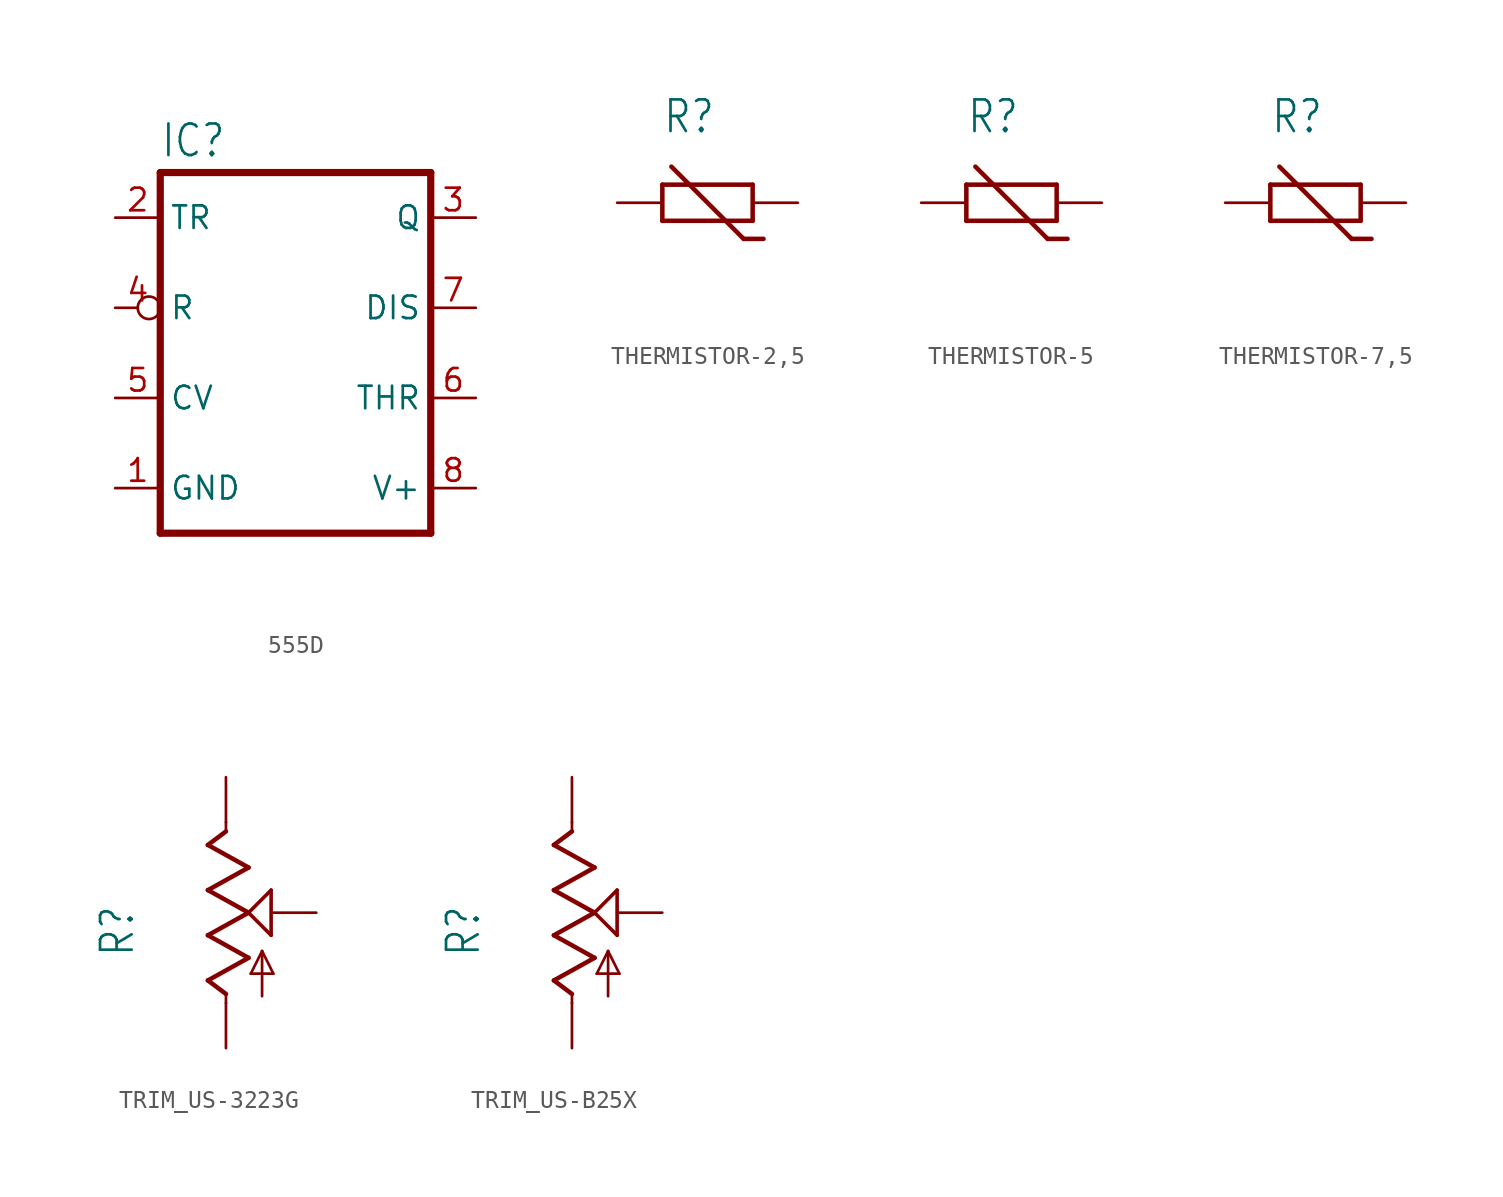
<source format=kicad_sym>
(kicad_symbol_lib
  (version 20231120)
  (generator "kicad_symbol_editor")
  (generator_version "8.0")
  (symbol "555D"
    (property "Reference" "IC"
      (at -7.62 10.922 0)
      (effects (font (size 1.778 1.511)) (justify left bottom)))
    (property "Value" ""
      (at -7.62 -12.827 0)
      (effects (font (size 1.778 1.511)) (justify left bottom)))
    (property "ki_locked" ""
      (at 0 0 0)
      (effects (font (size 1.27 1.27))))
    (symbol "555D_1_0"
      (polyline (pts (xy -7.62 -10.16) (xy 7.62 -10.16)) (stroke (width 0.406) (type solid)) (fill (type none)))
      (polyline (pts (xy -7.62 10.16) (xy -7.62 -10.16)) (stroke (width 0.406) (type solid)) (fill (type none)))
      (polyline (pts (xy 7.62 -10.16) (xy 7.62 10.16)) (stroke (width 0.406) (type solid)) (fill (type none)))
      (polyline (pts (xy 7.62 10.16) (xy -7.62 10.16)) (stroke (width 0.406) (type solid)) (fill (type none)))
      (pin power_in line (at -10.16 -7.62 0) (length 2.54) (name "GND" (effects (font (size 1.27 1.27)))) (number "1" (effects (font (size 1.27 1.27)))))
      (pin input line (at -10.16 7.62 0) (length 2.54) (name "TR" (effects (font (size 1.27 1.27)))) (number "2" (effects (font (size 1.27 1.27)))))
      (pin output line (at 10.16 7.62 180) (length 2.54) (name "Q" (effects (font (size 1.27 1.27)))) (number "3" (effects (font (size 1.27 1.27)))))
      (pin input inverted (at -10.16 2.54 0) (length 2.54) (name "R" (effects (font (size 1.27 1.27)))) (number "4" (effects (font (size 1.27 1.27)))))
      (pin input line (at -10.16 -2.54 0) (length 2.54) (name "CV" (effects (font (size 1.27 1.27)))) (number "5" (effects (font (size 1.27 1.27)))))
      (pin input line (at 10.16 -2.54 180) (length 2.54) (name "THR" (effects (font (size 1.27 1.27)))) (number "6" (effects (font (size 1.27 1.27)))))
      (pin input line (at 10.16 2.54 180) (length 2.54) (name "DIS" (effects (font (size 1.27 1.27)))) (number "7" (effects (font (size 1.27 1.27)))))
      (pin power_in line (at 10.16 -7.62 180) (length 2.54) (name "V+" (effects (font (size 1.27 1.27)))) (number "8" (effects (font (size 1.27 1.27)))))))
  (symbol "THERMISTOR-2,5"
    (property "Reference" "R"
      (at -2.54 3.81 0)
      (effects (font (size 1.778 1.511)) (justify left bottom)))
    (property "Value" ""
      (at -2.54 -6.35 0)
      (effects (font (size 1.778 1.511)) (justify left bottom)))
    (property "ki_locked" ""
      (at 0 0 0)
      (effects (font (size 1.27 1.27))))
    (symbol "THERMISTOR-2,5_1_0"
      (polyline (pts (xy -2.54 -1.016) (xy -2.54 1.016)) (stroke (width 0.254) (type solid)) (fill (type none)))
      (polyline (pts (xy -2.54 1.016) (xy 2.54 1.016)) (stroke (width 0.254) (type solid)) (fill (type none)))
      (polyline (pts (xy 2.032 -2.032) (xy -2.032 2.032)) (stroke (width 0.254) (type solid)) (fill (type none)))
      (polyline (pts (xy 2.54 -1.016) (xy -2.54 -1.016)) (stroke (width 0.254) (type solid)) (fill (type none)))
      (polyline (pts (xy 2.54 1.016) (xy 2.54 -1.016)) (stroke (width 0.254) (type solid)) (fill (type none)))
      (polyline (pts (xy 3.15 -2.032) (xy 2.032 -2.032)) (stroke (width 0.254) (type solid)) (fill (type none)))
      (pin passive line (at 5.08 0 180) (length 2.54) (name "1" (effects (font (size 0 0)))) (number "1" (effects (font (size 0 0)))))
      (pin passive line (at -5.08 0 0) (length 2.54) (name "2" (effects (font (size 0 0)))) (number "2" (effects (font (size 0 0)))))))
  (symbol "THERMISTOR-5"
    (property "Reference" "R"
      (at -2.54 3.81 0)
      (effects (font (size 1.778 1.511)) (justify left bottom)))
    (property "Value" ""
      (at -2.54 -6.35 0)
      (effects (font (size 1.778 1.511)) (justify left bottom)))
    (property "ki_locked" ""
      (at 0 0 0)
      (effects (font (size 1.27 1.27))))
    (symbol "THERMISTOR-5_1_0"
      (polyline (pts (xy -2.54 -1.016) (xy -2.54 1.016)) (stroke (width 0.254) (type solid)) (fill (type none)))
      (polyline (pts (xy -2.54 1.016) (xy 2.54 1.016)) (stroke (width 0.254) (type solid)) (fill (type none)))
      (polyline (pts (xy 2.032 -2.032) (xy -2.032 2.032)) (stroke (width 0.254) (type solid)) (fill (type none)))
      (polyline (pts (xy 2.54 -1.016) (xy -2.54 -1.016)) (stroke (width 0.254) (type solid)) (fill (type none)))
      (polyline (pts (xy 2.54 1.016) (xy 2.54 -1.016)) (stroke (width 0.254) (type solid)) (fill (type none)))
      (polyline (pts (xy 3.15 -2.032) (xy 2.032 -2.032)) (stroke (width 0.254) (type solid)) (fill (type none)))
      (pin passive line (at 5.08 0 180) (length 2.54) (name "1" (effects (font (size 0 0)))) (number "1" (effects (font (size 0 0)))))
      (pin passive line (at -5.08 0 0) (length 2.54) (name "2" (effects (font (size 0 0)))) (number "2" (effects (font (size 0 0)))))))
  (symbol "THERMISTOR-7,5"
    (property "Reference" "R"
      (at -2.54 3.81 0)
      (effects (font (size 1.778 1.511)) (justify left bottom)))
    (property "Value" ""
      (at -2.54 -6.35 0)
      (effects (font (size 1.778 1.511)) (justify left bottom)))
    (property "ki_locked" ""
      (at 0 0 0)
      (effects (font (size 1.27 1.27))))
    (symbol "THERMISTOR-7,5_1_0"
      (polyline (pts (xy -2.54 -1.016) (xy -2.54 1.016)) (stroke (width 0.254) (type solid)) (fill (type none)))
      (polyline (pts (xy -2.54 1.016) (xy 2.54 1.016)) (stroke (width 0.254) (type solid)) (fill (type none)))
      (polyline (pts (xy 2.032 -2.032) (xy -2.032 2.032)) (stroke (width 0.254) (type solid)) (fill (type none)))
      (polyline (pts (xy 2.54 -1.016) (xy -2.54 -1.016)) (stroke (width 0.254) (type solid)) (fill (type none)))
      (polyline (pts (xy 2.54 1.016) (xy 2.54 -1.016)) (stroke (width 0.254) (type solid)) (fill (type none)))
      (polyline (pts (xy 3.15 -2.032) (xy 2.032 -2.032)) (stroke (width 0.254) (type solid)) (fill (type none)))
      (pin passive line (at 5.08 0 180) (length 2.54) (name "1" (effects (font (size 0 0)))) (number "1" (effects (font (size 0 0)))))
      (pin passive line (at -5.08 0 0) (length 2.54) (name "2" (effects (font (size 0 0)))) (number "2" (effects (font (size 0 0)))))))
  (symbol "TRIM_US-3223G"
    (property "Reference" "R"
      (at -5.08 -2.54 90)
      (effects (font (size 1.778 1.511)) (justify left bottom)))
    (property "Value" ""
      (at -2.54 -2.54 90)
      (effects (font (size 1.778 1.511)) (justify left bottom)))
    (property "ki_locked" ""
      (at 0 0 0)
      (effects (font (size 1.27 1.27))))
    (symbol "TRIM_US-3223G_1_0"
      (polyline (pts (xy -1.016 -3.81) (xy 1.27 -2.54)) (stroke (width 0.254) (type solid)) (fill (type none)))
      (polyline (pts (xy -1.016 -1.27) (xy 1.27 0)) (stroke (width 0.254) (type solid)) (fill (type none)))
      (polyline (pts (xy -1.016 1.27) (xy 1.27 2.54)) (stroke (width 0.254) (type solid)) (fill (type none)))
      (polyline (pts (xy -1.016 3.81) (xy 0 4.572)) (stroke (width 0.254) (type solid)) (fill (type none)))
      (polyline (pts (xy 0 -5.08) (xy 0 -4.572)) (stroke (width 0.152) (type solid)) (fill (type none)))
      (polyline (pts (xy 0 -4.572) (xy -1.016 -3.81)) (stroke (width 0.254) (type solid)) (fill (type none)))
      (polyline (pts (xy 0 4.572) (xy 0 5.08)) (stroke (width 0.152) (type solid)) (fill (type none)))
      (polyline (pts (xy 1.27 -2.54) (xy -1.016 -1.27)) (stroke (width 0.254) (type solid)) (fill (type none)))
      (polyline (pts (xy 1.27 0) (xy -1.016 1.27)) (stroke (width 0.254) (type solid)) (fill (type none)))
      (polyline (pts (xy 1.27 0) (xy 2.54 1.27)) (stroke (width 0.203) (type solid)) (fill (type none)))
      (polyline (pts (xy 1.27 2.54) (xy -1.016 3.81)) (stroke (width 0.254) (type solid)) (fill (type none)))
      (polyline (pts (xy 1.397 -3.429) (xy 2.032 -2.159)) (stroke (width 0.152) (type solid)) (fill (type none)))
      (polyline (pts (xy 2.032 -4.699) (xy 2.032 -2.159)) (stroke (width 0.152) (type solid)) (fill (type none)))
      (polyline (pts (xy 2.032 -2.159) (xy 2.667 -3.429)) (stroke (width 0.152) (type solid)) (fill (type none)))
      (polyline (pts (xy 2.54 -1.27) (xy 1.27 0)) (stroke (width 0.203) (type solid)) (fill (type none)))
      (polyline (pts (xy 2.54 1.27) (xy 2.54 -1.27)) (stroke (width 0.203) (type solid)) (fill (type none)))
      (polyline (pts (xy 2.667 -3.429) (xy 1.397 -3.429)) (stroke (width 0.152) (type solid)) (fill (type none)))
      (pin passive line (at 0 -7.62 90) (length 2.54) (name "A" (effects (font (size 0 0)))) (number "1" (effects (font (size 0 0)))))
      (pin passive line (at 5.08 0 180) (length 2.54) (name "S" (effects (font (size 0 0)))) (number "2" (effects (font (size 0 0)))))
      (pin passive line (at 0 7.62 270) (length 2.54) (name "E" (effects (font (size 0 0)))) (number "3" (effects (font (size 0 0)))))))
  (symbol "TRIM_US-B25X"
    (property "Reference" "R"
      (at -5.08 -2.54 90)
      (effects (font (size 1.778 1.511)) (justify left bottom)))
    (property "Value" ""
      (at -2.54 -2.54 90)
      (effects (font (size 1.778 1.511)) (justify left bottom)))
    (property "ki_locked" ""
      (at 0 0 0)
      (effects (font (size 1.27 1.27))))
    (symbol "TRIM_US-B25X_1_0"
      (polyline (pts (xy -1.016 -3.81) (xy 1.27 -2.54)) (stroke (width 0.254) (type solid)) (fill (type none)))
      (polyline (pts (xy -1.016 -1.27) (xy 1.27 0)) (stroke (width 0.254) (type solid)) (fill (type none)))
      (polyline (pts (xy -1.016 1.27) (xy 1.27 2.54)) (stroke (width 0.254) (type solid)) (fill (type none)))
      (polyline (pts (xy -1.016 3.81) (xy 0 4.572)) (stroke (width 0.254) (type solid)) (fill (type none)))
      (polyline (pts (xy 0 -5.08) (xy 0 -4.572)) (stroke (width 0.152) (type solid)) (fill (type none)))
      (polyline (pts (xy 0 -4.572) (xy -1.016 -3.81)) (stroke (width 0.254) (type solid)) (fill (type none)))
      (polyline (pts (xy 0 4.572) (xy 0 5.08)) (stroke (width 0.152) (type solid)) (fill (type none)))
      (polyline (pts (xy 1.27 -2.54) (xy -1.016 -1.27)) (stroke (width 0.254) (type solid)) (fill (type none)))
      (polyline (pts (xy 1.27 0) (xy -1.016 1.27)) (stroke (width 0.254) (type solid)) (fill (type none)))
      (polyline (pts (xy 1.27 0) (xy 2.54 1.27)) (stroke (width 0.203) (type solid)) (fill (type none)))
      (polyline (pts (xy 1.27 2.54) (xy -1.016 3.81)) (stroke (width 0.254) (type solid)) (fill (type none)))
      (polyline (pts (xy 1.397 -3.429) (xy 2.032 -2.159)) (stroke (width 0.152) (type solid)) (fill (type none)))
      (polyline (pts (xy 2.032 -4.699) (xy 2.032 -2.159)) (stroke (width 0.152) (type solid)) (fill (type none)))
      (polyline (pts (xy 2.032 -2.159) (xy 2.667 -3.429)) (stroke (width 0.152) (type solid)) (fill (type none)))
      (polyline (pts (xy 2.54 -1.27) (xy 1.27 0)) (stroke (width 0.203) (type solid)) (fill (type none)))
      (polyline (pts (xy 2.54 1.27) (xy 2.54 -1.27)) (stroke (width 0.203) (type solid)) (fill (type none)))
      (polyline (pts (xy 2.667 -3.429) (xy 1.397 -3.429)) (stroke (width 0.152) (type solid)) (fill (type none)))
      (pin passive line (at 0 -7.62 90) (length 2.54) (name "A" (effects (font (size 0 0)))) (number "A" (effects (font (size 0 0)))))
      (pin passive line (at 0 7.62 270) (length 2.54) (name "E" (effects (font (size 0 0)))) (number "E" (effects (font (size 0 0)))))
      (pin passive line (at 5.08 0 180) (length 2.54) (name "S" (effects (font (size 0 0)))) (number "S" (effects (font (size 0 0))))))))
</source>
